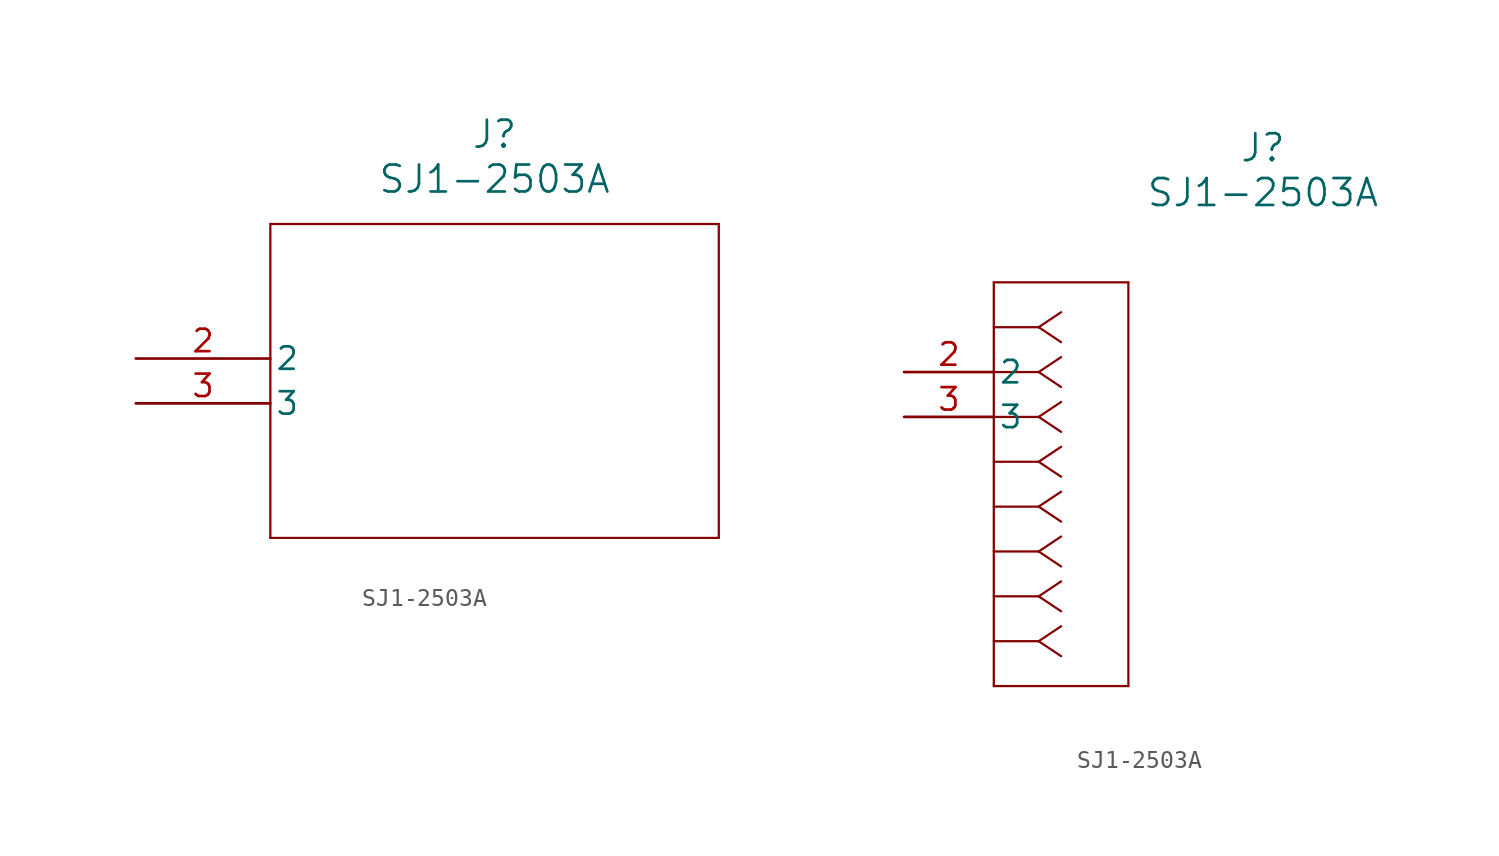
<source format=kicad_sym>
(kicad_symbol_lib
  (version 20220914)
  (generator kicad_symbol_editor)
  (symbol "SJ1-2503A"
    (pin_names
      (offset 0.254))
    (property "Reference" "J"
      (at 20.32 10.16 0)
      (effects (font (size 1.524 1.524))))
    (property "Value" "SJ1-2503A"
      (at 20.32 7.62 0)
      (effects (font (size 1.524 1.524))))
    (property "ki_locked" ""
      (at 0 0 0)
      (effects (font (size 1.27 1.27))))
    (symbol "SJ1-2503A_1_1"
      (polyline (pts (xy 7.62 -12.7) (xy 33.02 -12.7)) (stroke (width 0.127) (type default)) (fill (type none)))
      (polyline (pts (xy 7.62 5.08) (xy 7.62 -12.7)) (stroke (width 0.127) (type default)) (fill (type none)))
      (polyline (pts (xy 33.02 -12.7) (xy 33.02 5.08)) (stroke (width 0.127) (type default)) (fill (type none)))
      (polyline (pts (xy 33.02 5.08) (xy 7.62 5.08)) (stroke (width 0.127) (type default)) (fill (type none)))
      (pin unspecified line (at 0 -2.54 0) (length 7.62) (name "2" (effects (font (size 1.27 1.27)))) (number "2" (effects (font (size 1.27 1.27)))))
      (pin unspecified line (at 0 -5.08 0) (length 7.62) (name "3" (effects (font (size 1.27 1.27)))) (number "3" (effects (font (size 1.27 1.27))))))
    (symbol "SJ1-2503A_1_2"
      (polyline (pts (xy 5.08 -20.32) (xy 12.7 -20.32)) (stroke (width 0.127) (type default)) (fill (type none)))
      (polyline (pts (xy 5.08 2.54) (xy 5.08 -20.32)) (stroke (width 0.127) (type default)) (fill (type none)))
      (polyline (pts (xy 7.62 -17.78) (xy 5.08 -17.78)) (stroke (width 0.127) (type default)) (fill (type none)))
      (polyline (pts (xy 7.62 -17.78) (xy 8.89 -18.627)) (stroke (width 0.127) (type default)) (fill (type none)))
      (polyline (pts (xy 7.62 -17.78) (xy 8.89 -16.933)) (stroke (width 0.127) (type default)) (fill (type none)))
      (polyline (pts (xy 7.62 -15.24) (xy 5.08 -15.24)) (stroke (width 0.127) (type default)) (fill (type none)))
      (polyline (pts (xy 7.62 -15.24) (xy 8.89 -16.087)) (stroke (width 0.127) (type default)) (fill (type none)))
      (polyline (pts (xy 7.62 -15.24) (xy 8.89 -14.393)) (stroke (width 0.127) (type default)) (fill (type none)))
      (polyline (pts (xy 7.62 -12.7) (xy 5.08 -12.7)) (stroke (width 0.127) (type default)) (fill (type none)))
      (polyline (pts (xy 7.62 -12.7) (xy 8.89 -13.547)) (stroke (width 0.127) (type default)) (fill (type none)))
      (polyline (pts (xy 7.62 -12.7) (xy 8.89 -11.853)) (stroke (width 0.127) (type default)) (fill (type none)))
      (polyline (pts (xy 7.62 -10.16) (xy 5.08 -10.16)) (stroke (width 0.127) (type default)) (fill (type none)))
      (polyline (pts (xy 7.62 -10.16) (xy 8.89 -11.007)) (stroke (width 0.127) (type default)) (fill (type none)))
      (polyline (pts (xy 7.62 -10.16) (xy 8.89 -9.313)) (stroke (width 0.127) (type default)) (fill (type none)))
      (polyline (pts (xy 7.62 -7.62) (xy 5.08 -7.62)) (stroke (width 0.127) (type default)) (fill (type none)))
      (polyline (pts (xy 7.62 -7.62) (xy 8.89 -8.467)) (stroke (width 0.127) (type default)) (fill (type none)))
      (polyline (pts (xy 7.62 -7.62) (xy 8.89 -6.773)) (stroke (width 0.127) (type default)) (fill (type none)))
      (polyline (pts (xy 7.62 -5.08) (xy 5.08 -5.08)) (stroke (width 0.127) (type default)) (fill (type none)))
      (polyline (pts (xy 7.62 -5.08) (xy 8.89 -5.927)) (stroke (width 0.127) (type default)) (fill (type none)))
      (polyline (pts (xy 7.62 -5.08) (xy 8.89 -4.233)) (stroke (width 0.127) (type default)) (fill (type none)))
      (polyline (pts (xy 7.62 -2.54) (xy 5.08 -2.54)) (stroke (width 0.127) (type default)) (fill (type none)))
      (polyline (pts (xy 7.62 -2.54) (xy 8.89 -3.387)) (stroke (width 0.127) (type default)) (fill (type none)))
      (polyline (pts (xy 7.62 -2.54) (xy 8.89 -1.693)) (stroke (width 0.127) (type default)) (fill (type none)))
      (polyline (pts (xy 7.62 0) (xy 5.08 0)) (stroke (width 0.127) (type default)) (fill (type none)))
      (polyline (pts (xy 7.62 0) (xy 8.89 -0.847)) (stroke (width 0.127) (type default)) (fill (type none)))
      (polyline (pts (xy 7.62 0) (xy 8.89 0.847)) (stroke (width 0.127) (type default)) (fill (type none)))
      (polyline (pts (xy 12.7 -20.32) (xy 12.7 2.54)) (stroke (width 0.127) (type default)) (fill (type none)))
      (polyline (pts (xy 12.7 2.54) (xy 5.08 2.54)) (stroke (width 0.127) (type default)) (fill (type none)))
      (pin unspecified line (at 0 -2.54 0) (length 5.08) (name "2" (effects (font (size 1.27 1.27)))) (number "2" (effects (font (size 1.27 1.27)))))
      (pin unspecified line (at 0 -5.08 0) (length 5.08) (name "3" (effects (font (size 1.27 1.27)))) (number "3" (effects (font (size 1.27 1.27))))))))
</source>
